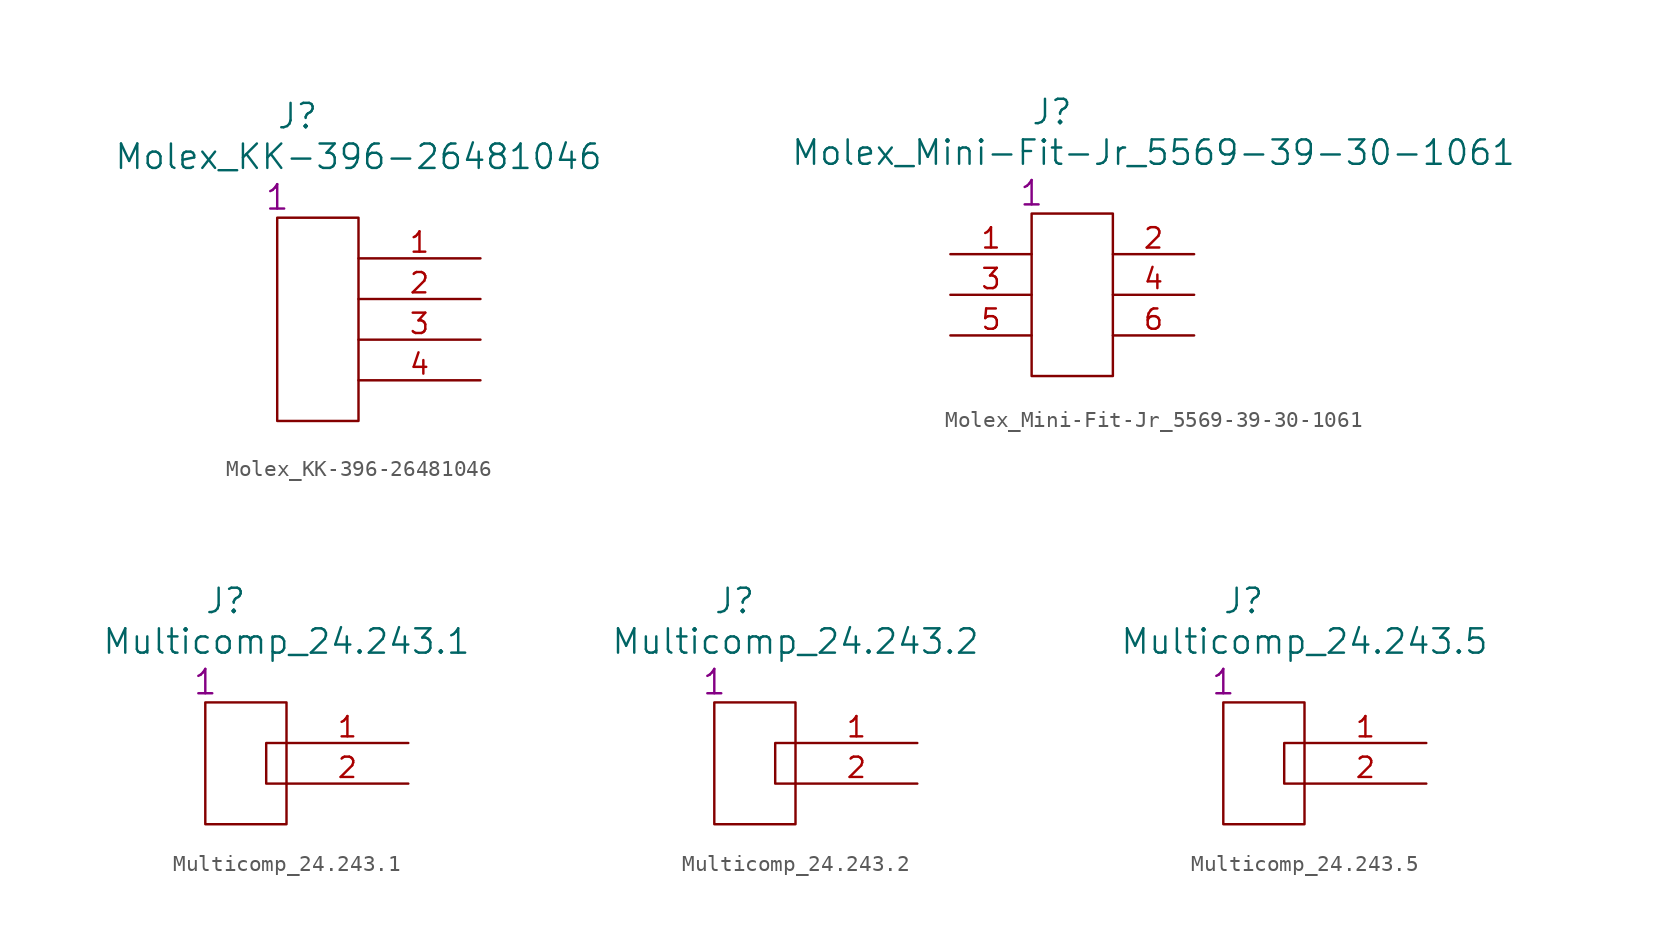
<source format=kicad_sym>
(kicad_symbol_lib
  (version 20211014)
  (generator kicad_symbol_editor)
  (symbol "Molex_KK-396-26481046"
    (pin_names
      (offset 1.016) hide)
    (property "Reference" "J"
      (at -11.43 8.89 0)
      (effects (font (size 1.524 1.524))))
    (property "Value" "Molex_KK-396-26481046"
      (at -7.62 6.35 0)
      (effects (font (size 1.524 1.524))))
    (property "Datasheet" ""
      (at 0 0 0)
      (effects (font (size 1.524 1.524))))
    (property "Qty" "1"
      (at -12.7 3.81 0)
      (effects (font (size 1.524 1.524))))
    (symbol "Molex_KK-396-26481046_0_1"
      (rectangle (start -7.62 2.54) (end -12.7 -10.16) (stroke (width 0) (type default) (color 0 0 0 0)) (fill (type none))))
    (symbol "Molex_KK-396-26481046_1_1"
      (pin passive line (at 0 0 180) (length 7.62) (name "1" (effects (font (size 1.27 1.27)))) (number "1" (effects (font (size 1.27 1.27)))))
      (pin passive line (at 0 -2.54 180) (length 7.62) (name "2" (effects (font (size 1.27 1.27)))) (number "2" (effects (font (size 1.27 1.27)))))
      (pin passive line (at 0 -5.08 180) (length 7.62) (name "3" (effects (font (size 1.27 1.27)))) (number "3" (effects (font (size 1.27 1.27)))))
      (pin passive line (at 0 -7.62 180) (length 7.62) (name "4" (effects (font (size 1.27 1.27)))) (number "4" (effects (font (size 1.27 1.27)))))))
  (symbol "Molex_Mini-Fit-Jr_5569-39-30-1061"
    (pin_names
      (offset 1.016) hide)
    (property "Reference" "J"
      (at 6.35 8.89 0)
      (effects (font (size 1.524 1.524))))
    (property "Value" "Molex_Mini-Fit-Jr_5569-39-30-1061"
      (at 12.7 6.35 0)
      (effects (font (size 1.524 1.524))))
    (property "Datasheet" ""
      (at 17.78 0 0)
      (effects (font (size 1.524 1.524))))
    (property "Qty" "1"
      (at 5.08 3.81 0)
      (effects (font (size 1.524 1.524))))
    (symbol "Molex_Mini-Fit-Jr_5569-39-30-1061_0_1"
      (rectangle (start 10.16 2.54) (end 5.08 -7.62) (stroke (width 0) (type default) (color 0 0 0 0)) (fill (type none))))
    (symbol "Molex_Mini-Fit-Jr_5569-39-30-1061_1_1"
      (pin passive line (at 0 0 0) (length 5.08) (name "1" (effects (font (size 1.27 1.27)))) (number "1" (effects (font (size 1.27 1.27)))))
      (pin passive line (at 15.24 0 180) (length 5.08) (name "2" (effects (font (size 1.27 1.27)))) (number "2" (effects (font (size 1.27 1.27)))))
      (pin passive line (at 0 -2.54 0) (length 5.08) (name "3" (effects (font (size 1.27 1.27)))) (number "3" (effects (font (size 1.27 1.27)))))
      (pin passive line (at 15.24 -2.54 180) (length 5.08) (name "4" (effects (font (size 1.27 1.27)))) (number "4" (effects (font (size 1.27 1.27)))))
      (pin passive line (at 0 -5.08 0) (length 5.08) (name "5" (effects (font (size 1.27 1.27)))) (number "5" (effects (font (size 1.27 1.27)))))
      (pin passive line (at 15.24 -5.08 180) (length 5.08) (name "6" (effects (font (size 1.27 1.27)))) (number "6" (effects (font (size 1.27 1.27)))))))
  (symbol "Multicomp_24.243.1"
    (pin_names
      (offset 1.016) hide)
    (property "Reference" "J"
      (at -11.43 8.89 0)
      (effects (font (size 1.524 1.524))))
    (property "Value" "Multicomp_24.243.1"
      (at -7.62 6.35 0)
      (effects (font (size 1.524 1.524))))
    (property "Datasheet" ""
      (at 0 0 0)
      (effects (font (size 1.524 1.524))))
    (property "Qty" "1"
      (at -12.7 3.81 0)
      (effects (font (size 1.524 1.524))))
    (symbol "Multicomp_24.243.1_0_1"
      (rectangle (start -7.62 2.54) (end -12.7 -5.08) (stroke (width 0) (type default) (color 0 0 0 0)) (fill (type none)))
      (polyline (pts (xy -7.62 0) (xy -8.89 0) (xy -8.89 -2.54) (xy -7.62 -2.54)) (stroke (width 0) (type default) (color 0 0 0 0)) (fill (type none))))
    (symbol "Multicomp_24.243.1_1_1"
      (pin passive line (at 0 0 180) (length 7.62) (name "1" (effects (font (size 1.27 1.27)))) (number "1" (effects (font (size 1.27 1.27)))))
      (pin passive line (at 0 -2.54 180) (length 7.62) (name "2" (effects (font (size 1.27 1.27)))) (number "2" (effects (font (size 1.27 1.27)))))))
  (symbol "Multicomp_24.243.2"
    (pin_names
      (offset 1.016) hide)
    (property "Reference" "J"
      (at -11.43 8.89 0)
      (effects (font (size 1.524 1.524))))
    (property "Value" "Multicomp_24.243.2"
      (at -7.62 6.35 0)
      (effects (font (size 1.524 1.524))))
    (property "Datasheet" ""
      (at 0 0 0)
      (effects (font (size 1.524 1.524))))
    (property "Qty" "1"
      (at -12.7 3.81 0)
      (effects (font (size 1.524 1.524))))
    (symbol "Multicomp_24.243.2_0_1"
      (rectangle (start -7.62 2.54) (end -12.7 -5.08) (stroke (width 0) (type default) (color 0 0 0 0)) (fill (type none)))
      (polyline (pts (xy -7.62 0) (xy -8.89 0) (xy -8.89 -2.54) (xy -7.62 -2.54)) (stroke (width 0) (type default) (color 0 0 0 0)) (fill (type none))))
    (symbol "Multicomp_24.243.2_1_1"
      (pin passive line (at 0 0 180) (length 7.62) (name "1" (effects (font (size 1.27 1.27)))) (number "1" (effects (font (size 1.27 1.27)))))
      (pin passive line (at 0 -2.54 180) (length 7.62) (name "2" (effects (font (size 1.27 1.27)))) (number "2" (effects (font (size 1.27 1.27)))))))
  (symbol "Multicomp_24.243.5"
    (pin_names
      (offset 1.016) hide)
    (property "Reference" "J"
      (at -11.43 8.89 0)
      (effects (font (size 1.524 1.524))))
    (property "Value" "Multicomp_24.243.5"
      (at -7.62 6.35 0)
      (effects (font (size 1.524 1.524))))
    (property "Datasheet" ""
      (at 0 0 0)
      (effects (font (size 1.524 1.524))))
    (property "Qty" "1"
      (at -12.7 3.81 0)
      (effects (font (size 1.524 1.524))))
    (symbol "Multicomp_24.243.5_0_1"
      (rectangle (start -7.62 2.54) (end -12.7 -5.08) (stroke (width 0) (type default) (color 0 0 0 0)) (fill (type none)))
      (polyline (pts (xy -7.62 0) (xy -8.89 0) (xy -8.89 -2.54) (xy -7.62 -2.54)) (stroke (width 0) (type default) (color 0 0 0 0)) (fill (type none))))
    (symbol "Multicomp_24.243.5_1_1"
      (pin passive line (at 0 0 180) (length 7.62) (name "1" (effects (font (size 1.27 1.27)))) (number "1" (effects (font (size 1.27 1.27)))))
      (pin passive line (at 0 -2.54 180) (length 7.62) (name "2" (effects (font (size 1.27 1.27)))) (number "2" (effects (font (size 1.27 1.27))))))))
</source>
